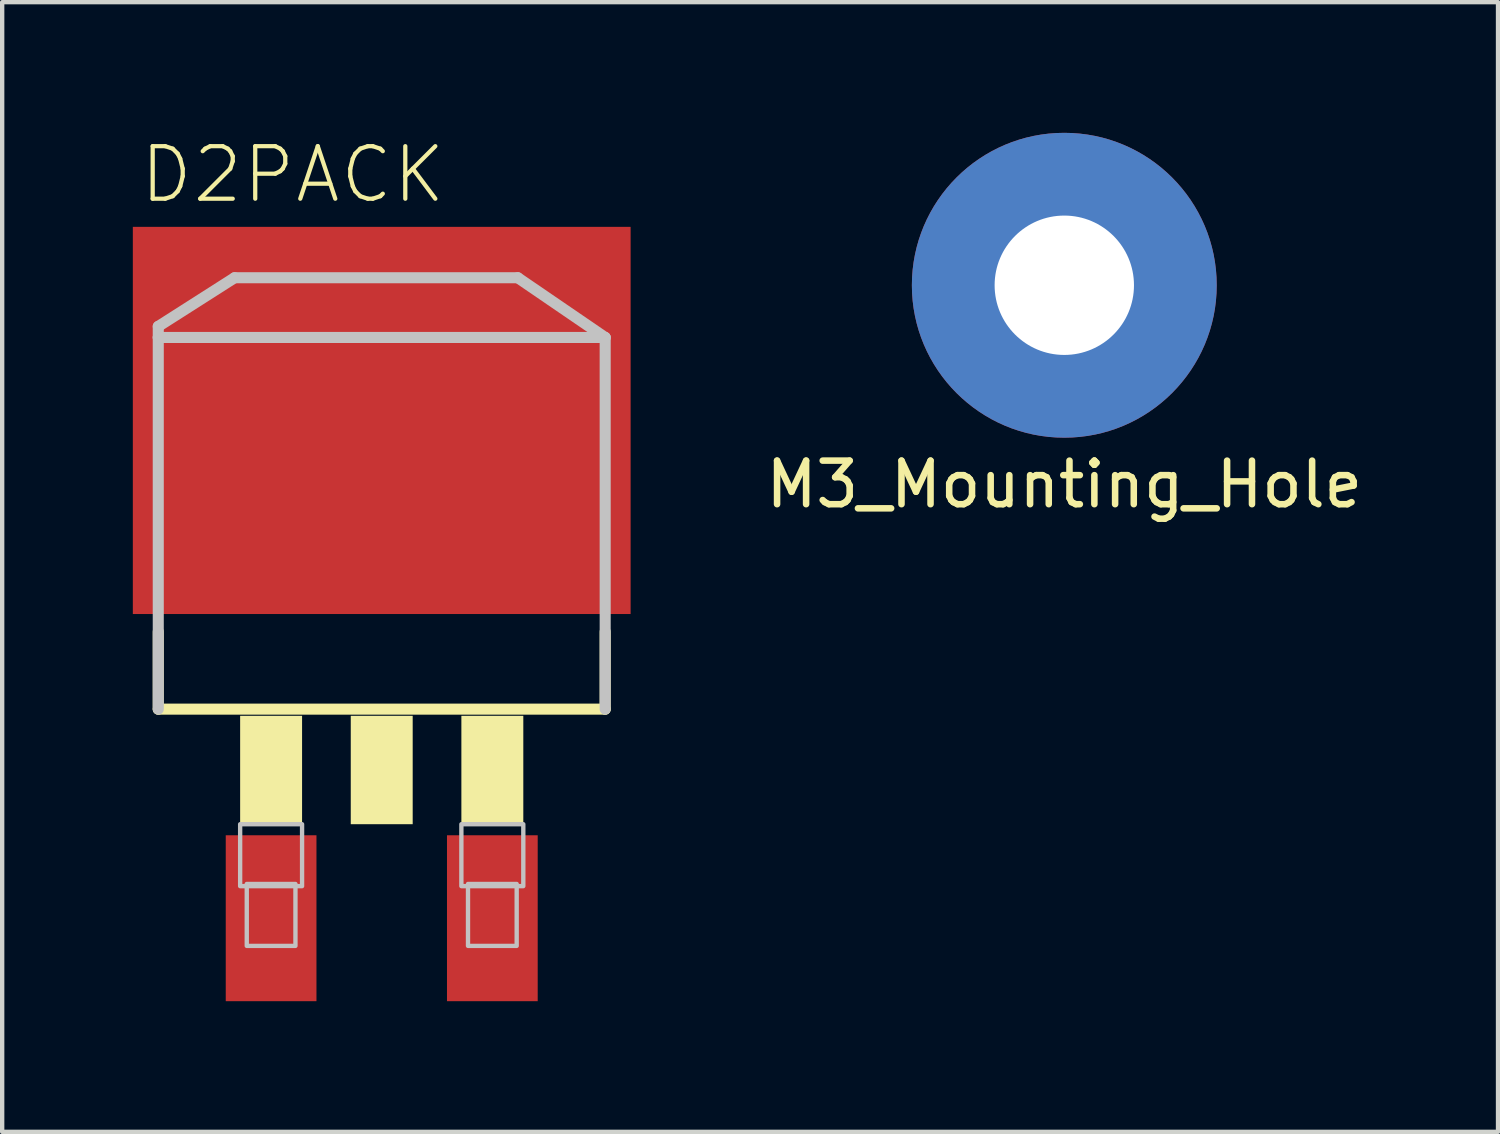
<source format=kicad_pcb>
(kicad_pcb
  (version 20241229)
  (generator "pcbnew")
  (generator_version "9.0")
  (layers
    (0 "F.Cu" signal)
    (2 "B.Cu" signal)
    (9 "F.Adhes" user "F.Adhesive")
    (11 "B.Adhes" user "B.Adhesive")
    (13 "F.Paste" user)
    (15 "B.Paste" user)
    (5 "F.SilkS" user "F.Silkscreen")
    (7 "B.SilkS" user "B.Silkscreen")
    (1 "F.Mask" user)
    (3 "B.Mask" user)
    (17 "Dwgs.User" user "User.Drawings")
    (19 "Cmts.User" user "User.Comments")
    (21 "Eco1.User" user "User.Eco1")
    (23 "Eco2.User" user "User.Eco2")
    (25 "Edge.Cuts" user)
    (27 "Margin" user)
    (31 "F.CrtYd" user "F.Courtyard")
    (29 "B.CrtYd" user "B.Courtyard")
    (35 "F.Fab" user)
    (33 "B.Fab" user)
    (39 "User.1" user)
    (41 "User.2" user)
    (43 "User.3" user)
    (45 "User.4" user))
  (footprint "D2PACK"
    (layer "F.Cu")
    (at 5.715 9.144)
    (property "Reference" "D2PACK" (at 1.524 -8.89 180) (layer "F.SilkS") (effects (font (size 1.206 1.206) (thickness 0.097)) (justify right top)))
    (attr through_hole)
    (fp_line (start -5.131 4.089) (end -5.131 2.311) (stroke (width 0.254) (type solid)) (layer "F.SilkS"))
    (fp_line (start -5.131 4.089) (end 5.131 4.089) (stroke (width 0.254) (type solid)) (layer "F.SilkS"))
    (fp_line (start 5.131 4.089) (end 5.131 2.311) (stroke (width 0.254) (type solid)) (layer "F.SilkS"))
    (fp_poly (pts (xy -3.251 6.731) (xy -1.829 6.731) (xy -1.829 4.242) (xy -3.251 4.242)) (stroke (width 0) (type solid)) (fill yes) (layer "F.SilkS"))
    (fp_poly (pts (xy -0.711 6.731) (xy 0.711 6.731) (xy 0.711 4.242) (xy -0.711 4.242)) (stroke (width 0) (type solid)) (fill yes) (layer "F.SilkS"))
    (fp_poly (pts (xy 1.829 6.731) (xy 3.251 6.731) (xy 3.251 4.242) (xy 1.829 4.242)) (stroke (width 0) (type solid)) (fill yes) (layer "F.SilkS"))
    (fp_line (start -5.131 -4.699) (end -5.131 -4.445) (stroke (width 0.254) (type solid)) (layer "Dwgs.User"))
    (fp_line (start -5.131 -4.445) (end -5.131 4.089) (stroke (width 0.254) (type solid)) (layer "Dwgs.User"))
    (fp_line (start -5.131 -4.445) (end 5.131 -4.445) (stroke (width 0.254) (type solid)) (layer "Dwgs.User"))
    (fp_line (start -3.378 -5.817) (end -5.131 -4.699) (stroke (width 0.254) (type solid)) (layer "Dwgs.User"))
    (fp_line (start 3.124 -5.817) (end -3.378 -5.817) (stroke (width 0.254) (type solid)) (layer "Dwgs.User"))
    (fp_line (start 5.131 -4.445) (end 3.124 -5.817) (stroke (width 0.254) (type solid)) (layer "Dwgs.User"))
    (fp_line (start 5.131 4.089) (end 5.131 -4.445) (stroke (width 0.254) (type solid)) (layer "Dwgs.User"))
    (fp_poly (pts (xy -3.251 8.153) (xy -1.829 8.153) (xy -1.829 6.731) (xy -3.251 6.731)) (stroke (width 0.1) (type solid)) (fill no) (layer "Dwgs.User"))
    (fp_poly (pts (xy -3.099 9.525) (xy -1.981 9.525) (xy -1.981 8.103) (xy -3.099 8.103)) (stroke (width 0.1) (type solid)) (fill no) (layer "Dwgs.User"))
    (fp_poly (pts (xy 1.829 8.153) (xy 3.251 8.153) (xy 3.251 6.731) (xy 1.829 6.731)) (stroke (width 0.1) (type solid)) (fill no) (layer "Dwgs.User"))
    (fp_poly (pts (xy 1.981 9.525) (xy 3.099 9.525) (xy 3.099 8.103) (xy 1.981 8.103)) (stroke (width 0.1) (type solid)) (fill no) (layer "Dwgs.User"))
    (pad "1" smd rect (at -2.54 8.89) (size 2.083 3.81) (layers "F.Cu" "F.Mask" "F.Paste"))
    (pad "2" smd rect (at 0 -2.54) (size 11.43 8.89) (layers "F.Cu" "F.Mask" "F.Paste"))
    (pad "3" smd rect (at 2.54 8.89) (size 2.083 3.81) (layers "F.Cu" "F.Mask" "F.Paste")))
  (footprint "M3_Mounting_Hole"
    (layer "F.Cu")
    (at 21.388 3.5)
    (property "Reference" "M3_Mounting_Hole" (at 0 4.572 0) (layer "F.SilkS") (effects (font (size 1 1) (thickness 0.15))))
    (attr through_hole)
    (pad "" np_thru_hole circle (at 0 0) (size 7 7) (drill 3.2) (layers "*.Cu" "*.Mask")))
  (gr_rect
    (start -3 -3)
    (end 31.347 22.939)
    (stroke (width 0.1) (type default))
    (fill no)
    (layer "Edge.Cuts")))
</source>
